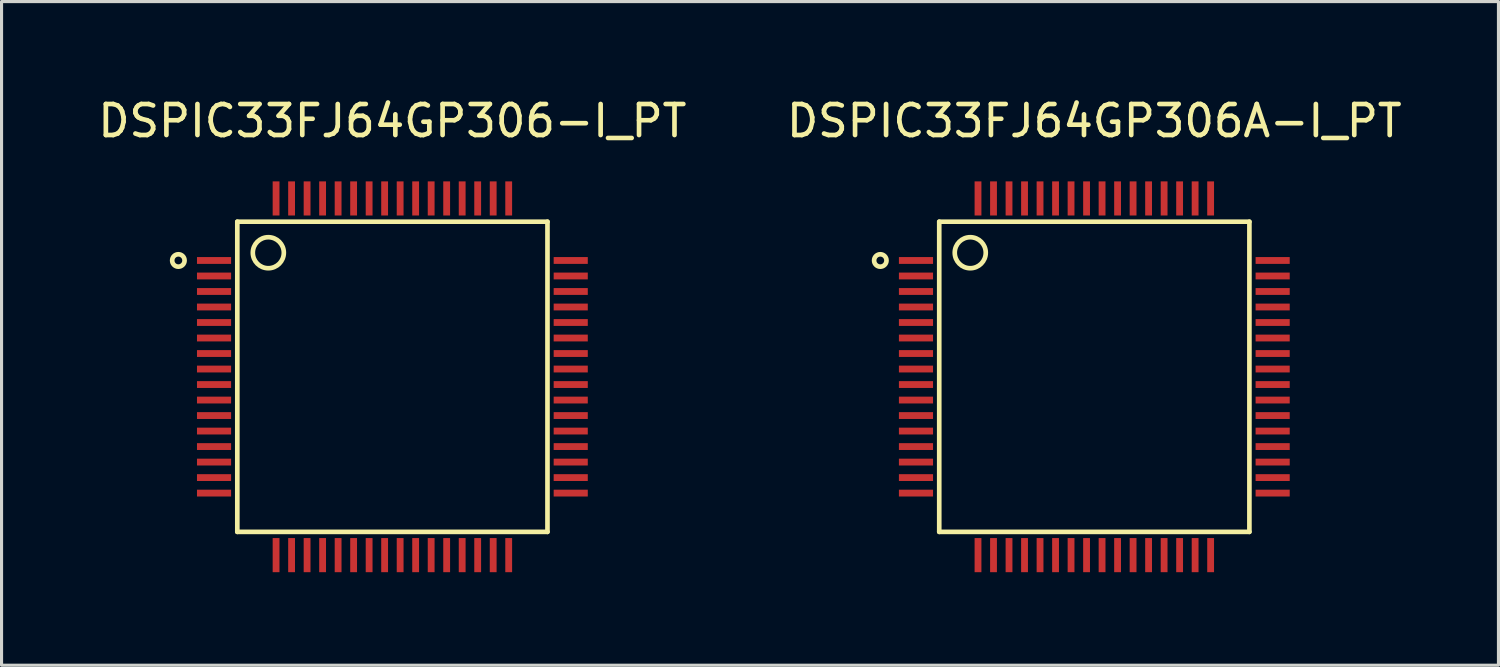
<source format=kicad_pcb>
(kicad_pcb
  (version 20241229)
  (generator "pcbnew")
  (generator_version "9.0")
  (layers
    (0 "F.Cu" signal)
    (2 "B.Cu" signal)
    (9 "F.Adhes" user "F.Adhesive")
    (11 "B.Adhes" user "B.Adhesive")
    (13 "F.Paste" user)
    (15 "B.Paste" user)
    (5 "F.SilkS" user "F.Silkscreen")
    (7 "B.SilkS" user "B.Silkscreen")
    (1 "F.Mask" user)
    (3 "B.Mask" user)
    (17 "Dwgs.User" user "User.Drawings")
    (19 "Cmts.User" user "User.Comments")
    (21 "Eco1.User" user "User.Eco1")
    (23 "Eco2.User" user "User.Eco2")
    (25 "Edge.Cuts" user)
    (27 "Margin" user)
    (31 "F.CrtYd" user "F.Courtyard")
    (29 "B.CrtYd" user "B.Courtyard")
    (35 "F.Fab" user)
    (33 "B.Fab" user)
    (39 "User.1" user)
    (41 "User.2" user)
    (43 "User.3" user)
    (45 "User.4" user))
  (footprint "DSPIC33FJ64GP306-I_PT"
    (layer "F.Cu")
    (at 3.851 3.348)
    (property "Reference" "DSPIC33FJ64GP306-I_PT" (at 5.75 -2.5 0) (layer "F.SilkS") (effects (font (size 1 1) (thickness 0.15))))
    (attr through_hole)
    (fp_line (start 0.75 0.75) (end 0.75 10.75) (stroke (width 0.15) (type solid)) (layer "F.SilkS"))
    (fp_line (start 0.75 0.75) (end 10.75 0.75) (stroke (width 0.15) (type solid)) (layer "F.SilkS"))
    (fp_line (start 0.75 10.75) (end 10.75 10.75) (stroke (width 0.15) (type solid)) (layer "F.SilkS"))
    (fp_line (start 10.75 10.75) (end 10.75 0.75) (stroke (width 0.15) (type solid)) (layer "F.SilkS"))
    (fp_circle (center -1.15 2) (end -1.15 1.8) (stroke (width 0.15) (type solid)) (fill no) (layer "F.SilkS"))
    (fp_circle (center 1.75 1.75) (end 1.75 1.25) (stroke (width 0.15) (type solid)) (fill no) (layer "F.SilkS"))
    (pad "1" smd rect (at 0 2) (size 1.1 0.22) (layers "F.Cu" "F.Mask" "F.Paste"))
    (pad "2" smd rect (at 0 2.5) (size 1.1 0.22) (layers "F.Cu" "F.Mask" "F.Paste"))
    (pad "3" smd rect (at 0 3) (size 1.1 0.22) (layers "F.Cu" "F.Mask" "F.Paste"))
    (pad "4" smd rect (at 0 3.5) (size 1.1 0.22) (layers "F.Cu" "F.Mask" "F.Paste"))
    (pad "5" smd rect (at 0 4) (size 1.1 0.22) (layers "F.Cu" "F.Mask" "F.Paste"))
    (pad "6" smd rect (at 0 4.5) (size 1.1 0.22) (layers "F.Cu" "F.Mask" "F.Paste"))
    (pad "7" smd rect (at 0 5) (size 1.1 0.22) (layers "F.Cu" "F.Mask" "F.Paste"))
    (pad "8" smd rect (at 0 5.5) (size 1.1 0.22) (layers "F.Cu" "F.Mask" "F.Paste"))
    (pad "9" smd rect (at 0 6) (size 1.1 0.22) (layers "F.Cu" "F.Mask" "F.Paste"))
    (pad "10" smd rect (at 0 6.5) (size 1.1 0.22) (layers "F.Cu" "F.Mask" "F.Paste"))
    (pad "11" smd rect (at 0 7) (size 1.1 0.22) (layers "F.Cu" "F.Mask" "F.Paste"))
    (pad "12" smd rect (at 0 7.5) (size 1.1 0.22) (layers "F.Cu" "F.Mask" "F.Paste"))
    (pad "13" smd rect (at 0 8) (size 1.1 0.22) (layers "F.Cu" "F.Mask" "F.Paste"))
    (pad "14" smd rect (at 0 8.5) (size 1.1 0.22) (layers "F.Cu" "F.Mask" "F.Paste"))
    (pad "15" smd rect (at 0 9) (size 1.1 0.22) (layers "F.Cu" "F.Mask" "F.Paste"))
    (pad "16" smd rect (at 0 9.5) (size 1.1 0.22) (layers "F.Cu" "F.Mask" "F.Paste"))
    (pad "17" smd rect (at 2 11.5) (size 0.22 1.1) (layers "F.Cu" "F.Mask" "F.Paste"))
    (pad "18" smd rect (at 2.5 11.5) (size 0.22 1.1) (layers "F.Cu" "F.Mask" "F.Paste"))
    (pad "19" smd rect (at 3 11.5) (size 0.22 1.1) (layers "F.Cu" "F.Mask" "F.Paste"))
    (pad "20" smd rect (at 3.5 11.5) (size 0.22 1.1) (layers "F.Cu" "F.Mask" "F.Paste"))
    (pad "21" smd rect (at 4 11.5) (size 0.22 1.1) (layers "F.Cu" "F.Mask" "F.Paste"))
    (pad "22" smd rect (at 4.5 11.5) (size 0.22 1.1) (layers "F.Cu" "F.Mask" "F.Paste"))
    (pad "23" smd rect (at 5 11.5) (size 0.22 1.1) (layers "F.Cu" "F.Mask" "F.Paste"))
    (pad "24" smd rect (at 5.5 11.5) (size 0.22 1.1) (layers "F.Cu" "F.Mask" "F.Paste"))
    (pad "25" smd rect (at 6 11.5) (size 0.22 1.1) (layers "F.Cu" "F.Mask" "F.Paste"))
    (pad "26" smd rect (at 6.5 11.5) (size 0.22 1.1) (layers "F.Cu" "F.Mask" "F.Paste"))
    (pad "27" smd rect (at 7 11.5) (size 0.22 1.1) (layers "F.Cu" "F.Mask" "F.Paste"))
    (pad "28" smd rect (at 7.5 11.5) (size 0.22 1.1) (layers "F.Cu" "F.Mask" "F.Paste"))
    (pad "29" smd rect (at 8 11.5) (size 0.22 1.1) (layers "F.Cu" "F.Mask" "F.Paste"))
    (pad "30" smd rect (at 8.5 11.5) (size 0.22 1.1) (layers "F.Cu" "F.Mask" "F.Paste"))
    (pad "31" smd rect (at 9 11.5) (size 0.22 1.1) (layers "F.Cu" "F.Mask" "F.Paste"))
    (pad "32" smd rect (at 9.5 11.5) (size 0.22 1.1) (layers "F.Cu" "F.Mask" "F.Paste"))
    (pad "33" smd rect (at 11.5 9.5) (size 1.1 0.22) (layers "F.Cu" "F.Mask" "F.Paste"))
    (pad "34" smd rect (at 11.5 9) (size 1.1 0.22) (layers "F.Cu" "F.Mask" "F.Paste"))
    (pad "35" smd rect (at 11.5 8.5) (size 1.1 0.22) (layers "F.Cu" "F.Mask" "F.Paste"))
    (pad "36" smd rect (at 11.5 8) (size 1.1 0.22) (layers "F.Cu" "F.Mask" "F.Paste"))
    (pad "37" smd rect (at 11.5 7.5) (size 1.1 0.22) (layers "F.Cu" "F.Mask" "F.Paste"))
    (pad "38" smd rect (at 11.5 7) (size 1.1 0.22) (layers "F.Cu" "F.Mask" "F.Paste"))
    (pad "39" smd rect (at 11.5 6.5) (size 1.1 0.22) (layers "F.Cu" "F.Mask" "F.Paste"))
    (pad "40" smd rect (at 11.5 6) (size 1.1 0.22) (layers "F.Cu" "F.Mask" "F.Paste"))
    (pad "41" smd rect (at 11.5 5.5) (size 1.1 0.22) (layers "F.Cu" "F.Mask" "F.Paste"))
    (pad "42" smd rect (at 11.5 5) (size 1.1 0.22) (layers "F.Cu" "F.Mask" "F.Paste"))
    (pad "43" smd rect (at 11.5 4.5) (size 1.1 0.22) (layers "F.Cu" "F.Mask" "F.Paste"))
    (pad "44" smd rect (at 11.5 4) (size 1.1 0.22) (layers "F.Cu" "F.Mask" "F.Paste"))
    (pad "45" smd rect (at 11.5 3.5) (size 1.1 0.22) (layers "F.Cu" "F.Mask" "F.Paste"))
    (pad "46" smd rect (at 11.5 3) (size 1.1 0.22) (layers "F.Cu" "F.Mask" "F.Paste"))
    (pad "47" smd rect (at 11.5 2.5) (size 1.1 0.22) (layers "F.Cu" "F.Mask" "F.Paste"))
    (pad "48" smd rect (at 11.5 2) (size 1.1 0.22) (layers "F.Cu" "F.Mask" "F.Paste"))
    (pad "49" smd rect (at 9.5 0) (size 0.22 1.1) (layers "F.Cu" "F.Mask" "F.Paste"))
    (pad "50" smd rect (at 9 0) (size 0.22 1.1) (layers "F.Cu" "F.Mask" "F.Paste"))
    (pad "51" smd rect (at 8.5 0) (size 0.22 1.1) (layers "F.Cu" "F.Mask" "F.Paste"))
    (pad "52" smd rect (at 8 0) (size 0.22 1.1) (layers "F.Cu" "F.Mask" "F.Paste"))
    (pad "53" smd rect (at 7.5 0) (size 0.22 1.1) (layers "F.Cu" "F.Mask" "F.Paste"))
    (pad "54" smd rect (at 7 0) (size 0.22 1.1) (layers "F.Cu" "F.Mask" "F.Paste"))
    (pad "55" smd rect (at 6.5 0) (size 0.22 1.1) (layers "F.Cu" "F.Mask" "F.Paste"))
    (pad "56" smd rect (at 6 0) (size 0.22 1.1) (layers "F.Cu" "F.Mask" "F.Paste"))
    (pad "57" smd rect (at 5.5 0) (size 0.22 1.1) (layers "F.Cu" "F.Mask" "F.Paste"))
    (pad "58" smd rect (at 5 0) (size 0.22 1.1) (layers "F.Cu" "F.Mask" "F.Paste"))
    (pad "59" smd rect (at 4.5 0) (size 0.22 1.1) (layers "F.Cu" "F.Mask" "F.Paste"))
    (pad "60" smd rect (at 4 0) (size 0.22 1.1) (layers "F.Cu" "F.Mask" "F.Paste"))
    (pad "61" smd rect (at 3.5 0) (size 0.22 1.1) (layers "F.Cu" "F.Mask" "F.Paste"))
    (pad "62" smd rect (at 3 0) (size 0.22 1.1) (layers "F.Cu" "F.Mask" "F.Paste"))
    (pad "63" smd rect (at 2.5 0) (size 0.22 1.1) (layers "F.Cu" "F.Mask" "F.Paste"))
    (pad "64" smd rect (at 2 0) (size 0.22 1.1) (layers "F.Cu" "F.Mask" "F.Paste")))
  (footprint "DSPIC33FJ64GP306A-I_PT"
    (layer "F.Cu")
    (at 26.482 3.348)
    (property "Reference" "DSPIC33FJ64GP306A-I_PT" (at 5.75 -2.5 0) (layer "F.SilkS") (effects (font (size 1 1) (thickness 0.15))))
    (attr through_hole)
    (fp_line (start 0.75 0.75) (end 0.75 10.75) (stroke (width 0.15) (type solid)) (layer "F.SilkS"))
    (fp_line (start 0.75 0.75) (end 10.75 0.75) (stroke (width 0.15) (type solid)) (layer "F.SilkS"))
    (fp_line (start 0.75 10.75) (end 10.75 10.75) (stroke (width 0.15) (type solid)) (layer "F.SilkS"))
    (fp_line (start 10.75 10.75) (end 10.75 0.75) (stroke (width 0.15) (type solid)) (layer "F.SilkS"))
    (fp_circle (center -1.15 2) (end -1.15 1.8) (stroke (width 0.15) (type solid)) (fill no) (layer "F.SilkS"))
    (fp_circle (center 1.75 1.75) (end 1.75 1.25) (stroke (width 0.15) (type solid)) (fill no) (layer "F.SilkS"))
    (pad "1" smd rect (at 0 2) (size 1.1 0.22) (layers "F.Cu" "F.Mask" "F.Paste"))
    (pad "2" smd rect (at 0 2.5) (size 1.1 0.22) (layers "F.Cu" "F.Mask" "F.Paste"))
    (pad "3" smd rect (at 0 3) (size 1.1 0.22) (layers "F.Cu" "F.Mask" "F.Paste"))
    (pad "4" smd rect (at 0 3.5) (size 1.1 0.22) (layers "F.Cu" "F.Mask" "F.Paste"))
    (pad "5" smd rect (at 0 4) (size 1.1 0.22) (layers "F.Cu" "F.Mask" "F.Paste"))
    (pad "6" smd rect (at 0 4.5) (size 1.1 0.22) (layers "F.Cu" "F.Mask" "F.Paste"))
    (pad "7" smd rect (at 0 5) (size 1.1 0.22) (layers "F.Cu" "F.Mask" "F.Paste"))
    (pad "8" smd rect (at 0 5.5) (size 1.1 0.22) (layers "F.Cu" "F.Mask" "F.Paste"))
    (pad "9" smd rect (at 0 6) (size 1.1 0.22) (layers "F.Cu" "F.Mask" "F.Paste"))
    (pad "10" smd rect (at 0 6.5) (size 1.1 0.22) (layers "F.Cu" "F.Mask" "F.Paste"))
    (pad "11" smd rect (at 0 7) (size 1.1 0.22) (layers "F.Cu" "F.Mask" "F.Paste"))
    (pad "12" smd rect (at 0 7.5) (size 1.1 0.22) (layers "F.Cu" "F.Mask" "F.Paste"))
    (pad "13" smd rect (at 0 8) (size 1.1 0.22) (layers "F.Cu" "F.Mask" "F.Paste"))
    (pad "14" smd rect (at 0 8.5) (size 1.1 0.22) (layers "F.Cu" "F.Mask" "F.Paste"))
    (pad "15" smd rect (at 0 9) (size 1.1 0.22) (layers "F.Cu" "F.Mask" "F.Paste"))
    (pad "16" smd rect (at 0 9.5) (size 1.1 0.22) (layers "F.Cu" "F.Mask" "F.Paste"))
    (pad "17" smd rect (at 2 11.5) (size 0.22 1.1) (layers "F.Cu" "F.Mask" "F.Paste"))
    (pad "18" smd rect (at 2.5 11.5) (size 0.22 1.1) (layers "F.Cu" "F.Mask" "F.Paste"))
    (pad "19" smd rect (at 3 11.5) (size 0.22 1.1) (layers "F.Cu" "F.Mask" "F.Paste"))
    (pad "20" smd rect (at 3.5 11.5) (size 0.22 1.1) (layers "F.Cu" "F.Mask" "F.Paste"))
    (pad "21" smd rect (at 4 11.5) (size 0.22 1.1) (layers "F.Cu" "F.Mask" "F.Paste"))
    (pad "22" smd rect (at 4.5 11.5) (size 0.22 1.1) (layers "F.Cu" "F.Mask" "F.Paste"))
    (pad "23" smd rect (at 5 11.5) (size 0.22 1.1) (layers "F.Cu" "F.Mask" "F.Paste"))
    (pad "24" smd rect (at 5.5 11.5) (size 0.22 1.1) (layers "F.Cu" "F.Mask" "F.Paste"))
    (pad "25" smd rect (at 6 11.5) (size 0.22 1.1) (layers "F.Cu" "F.Mask" "F.Paste"))
    (pad "26" smd rect (at 6.5 11.5) (size 0.22 1.1) (layers "F.Cu" "F.Mask" "F.Paste"))
    (pad "27" smd rect (at 7 11.5) (size 0.22 1.1) (layers "F.Cu" "F.Mask" "F.Paste"))
    (pad "28" smd rect (at 7.5 11.5) (size 0.22 1.1) (layers "F.Cu" "F.Mask" "F.Paste"))
    (pad "29" smd rect (at 8 11.5) (size 0.22 1.1) (layers "F.Cu" "F.Mask" "F.Paste"))
    (pad "30" smd rect (at 8.5 11.5) (size 0.22 1.1) (layers "F.Cu" "F.Mask" "F.Paste"))
    (pad "31" smd rect (at 9 11.5) (size 0.22 1.1) (layers "F.Cu" "F.Mask" "F.Paste"))
    (pad "32" smd rect (at 9.5 11.5) (size 0.22 1.1) (layers "F.Cu" "F.Mask" "F.Paste"))
    (pad "33" smd rect (at 11.5 9.5) (size 1.1 0.22) (layers "F.Cu" "F.Mask" "F.Paste"))
    (pad "34" smd rect (at 11.5 9) (size 1.1 0.22) (layers "F.Cu" "F.Mask" "F.Paste"))
    (pad "35" smd rect (at 11.5 8.5) (size 1.1 0.22) (layers "F.Cu" "F.Mask" "F.Paste"))
    (pad "36" smd rect (at 11.5 8) (size 1.1 0.22) (layers "F.Cu" "F.Mask" "F.Paste"))
    (pad "37" smd rect (at 11.5 7.5) (size 1.1 0.22) (layers "F.Cu" "F.Mask" "F.Paste"))
    (pad "38" smd rect (at 11.5 7) (size 1.1 0.22) (layers "F.Cu" "F.Mask" "F.Paste"))
    (pad "39" smd rect (at 11.5 6.5) (size 1.1 0.22) (layers "F.Cu" "F.Mask" "F.Paste"))
    (pad "40" smd rect (at 11.5 6) (size 1.1 0.22) (layers "F.Cu" "F.Mask" "F.Paste"))
    (pad "41" smd rect (at 11.5 5.5) (size 1.1 0.22) (layers "F.Cu" "F.Mask" "F.Paste"))
    (pad "42" smd rect (at 11.5 5) (size 1.1 0.22) (layers "F.Cu" "F.Mask" "F.Paste"))
    (pad "43" smd rect (at 11.5 4.5) (size 1.1 0.22) (layers "F.Cu" "F.Mask" "F.Paste"))
    (pad "44" smd rect (at 11.5 4) (size 1.1 0.22) (layers "F.Cu" "F.Mask" "F.Paste"))
    (pad "45" smd rect (at 11.5 3.5) (size 1.1 0.22) (layers "F.Cu" "F.Mask" "F.Paste"))
    (pad "46" smd rect (at 11.5 3) (size 1.1 0.22) (layers "F.Cu" "F.Mask" "F.Paste"))
    (pad "47" smd rect (at 11.5 2.5) (size 1.1 0.22) (layers "F.Cu" "F.Mask" "F.Paste"))
    (pad "48" smd rect (at 11.5 2) (size 1.1 0.22) (layers "F.Cu" "F.Mask" "F.Paste"))
    (pad "49" smd rect (at 9.5 0) (size 0.22 1.1) (layers "F.Cu" "F.Mask" "F.Paste"))
    (pad "50" smd rect (at 9 0) (size 0.22 1.1) (layers "F.Cu" "F.Mask" "F.Paste"))
    (pad "51" smd rect (at 8.5 0) (size 0.22 1.1) (layers "F.Cu" "F.Mask" "F.Paste"))
    (pad "52" smd rect (at 8 0) (size 0.22 1.1) (layers "F.Cu" "F.Mask" "F.Paste"))
    (pad "53" smd rect (at 7.5 0) (size 0.22 1.1) (layers "F.Cu" "F.Mask" "F.Paste"))
    (pad "54" smd rect (at 7 0) (size 0.22 1.1) (layers "F.Cu" "F.Mask" "F.Paste"))
    (pad "55" smd rect (at 6.5 0) (size 0.22 1.1) (layers "F.Cu" "F.Mask" "F.Paste"))
    (pad "56" smd rect (at 6 0) (size 0.22 1.1) (layers "F.Cu" "F.Mask" "F.Paste"))
    (pad "57" smd rect (at 5.5 0) (size 0.22 1.1) (layers "F.Cu" "F.Mask" "F.Paste"))
    (pad "58" smd rect (at 5 0) (size 0.22 1.1) (layers "F.Cu" "F.Mask" "F.Paste"))
    (pad "59" smd rect (at 4.5 0) (size 0.22 1.1) (layers "F.Cu" "F.Mask" "F.Paste"))
    (pad "60" smd rect (at 4 0) (size 0.22 1.1) (layers "F.Cu" "F.Mask" "F.Paste"))
    (pad "61" smd rect (at 3.5 0) (size 0.22 1.1) (layers "F.Cu" "F.Mask" "F.Paste"))
    (pad "62" smd rect (at 3 0) (size 0.22 1.1) (layers "F.Cu" "F.Mask" "F.Paste"))
    (pad "63" smd rect (at 2.5 0) (size 0.22 1.1) (layers "F.Cu" "F.Mask" "F.Paste"))
    (pad "64" smd rect (at 2 0) (size 0.22 1.1) (layers "F.Cu" "F.Mask" "F.Paste")))
  (gr_rect
    (start -3 -3)
    (end 45.262 18.398)
    (stroke (width 0.1) (type default))
    (fill no)
    (layer "Edge.Cuts")))
</source>
